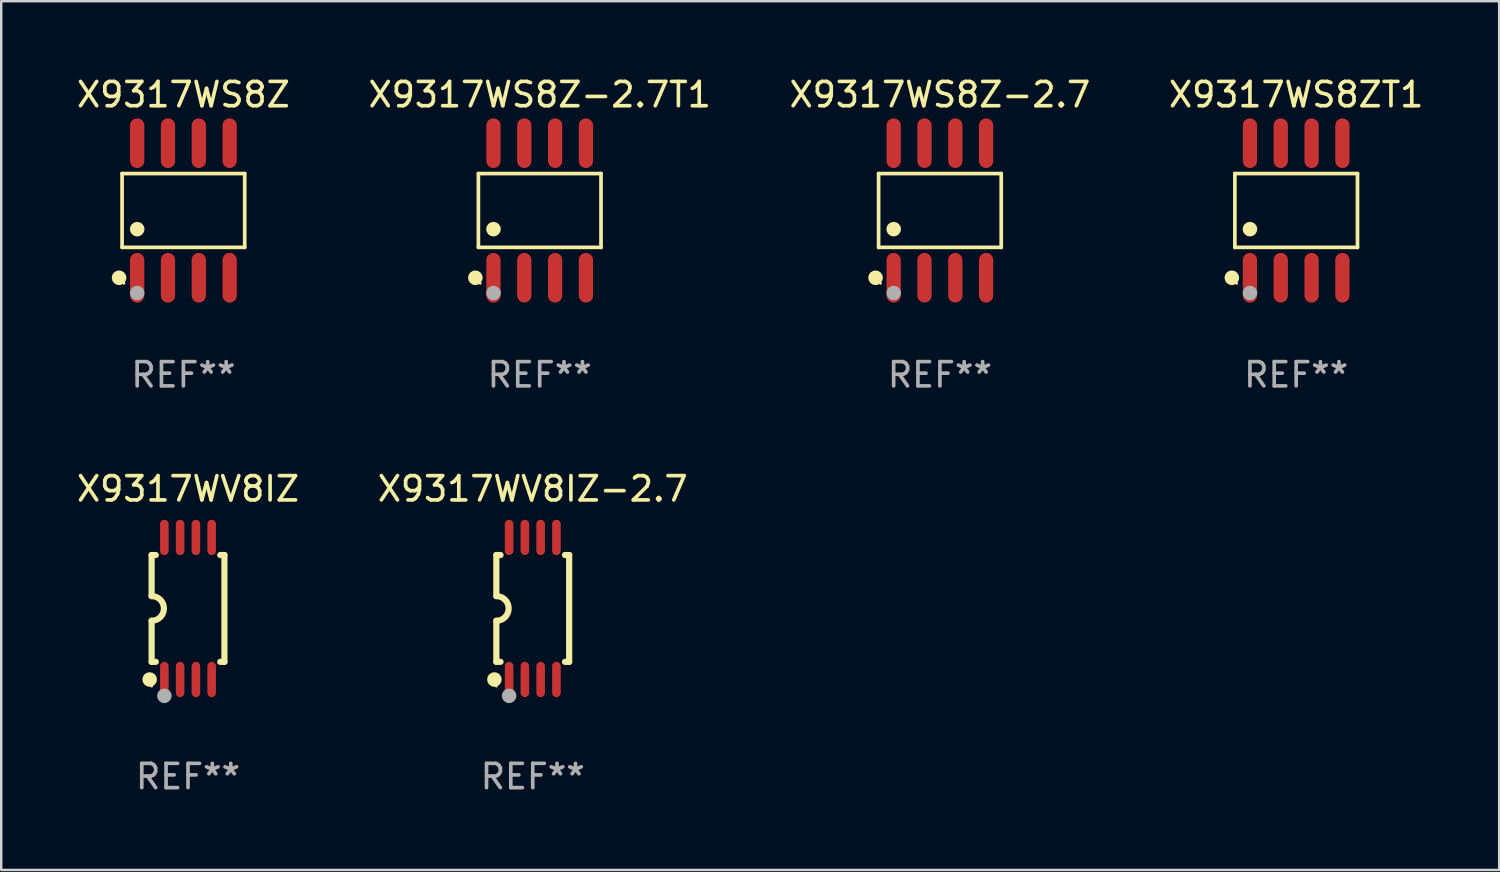
<source format=kicad_pcb>
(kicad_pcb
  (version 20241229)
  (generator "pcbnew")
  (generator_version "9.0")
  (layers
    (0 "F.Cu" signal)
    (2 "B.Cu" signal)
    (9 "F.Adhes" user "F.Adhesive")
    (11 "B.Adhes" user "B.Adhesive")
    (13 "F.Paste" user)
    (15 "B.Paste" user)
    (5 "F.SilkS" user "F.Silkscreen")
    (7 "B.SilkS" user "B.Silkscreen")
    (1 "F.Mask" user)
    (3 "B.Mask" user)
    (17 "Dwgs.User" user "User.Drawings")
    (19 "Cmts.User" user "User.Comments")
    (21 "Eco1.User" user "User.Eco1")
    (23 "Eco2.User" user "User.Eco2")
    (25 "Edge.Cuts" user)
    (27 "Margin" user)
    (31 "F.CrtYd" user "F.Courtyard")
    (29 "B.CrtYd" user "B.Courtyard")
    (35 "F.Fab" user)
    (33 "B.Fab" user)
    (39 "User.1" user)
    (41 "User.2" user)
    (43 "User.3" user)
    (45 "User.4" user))
  (footprint "X9317WS8Z"
    (layer "F.Cu")
    (at 4.506 5.621)
    (property "Reference" "X9317WS8Z" (at 0 -4.772 0) (layer "F.SilkS") (effects (font (size 1 1) (thickness 0.15))))
    (attr through_hole)
    (fp_line (start -2.526 -1.521) (end 2.526 -1.521) (stroke (width 0.152) (type solid)) (layer "F.SilkS"))
    (fp_line (start -2.526 1.521) (end -2.526 -1.521) (stroke (width 0.152) (type solid)) (layer "F.SilkS"))
    (fp_line (start 2.526 -1.521) (end 2.526 1.521) (stroke (width 0.152) (type solid)) (layer "F.SilkS"))
    (fp_line (start 2.526 1.521) (end -2.526 1.521) (stroke (width 0.152) (type solid)) (layer "F.SilkS"))
    (fp_circle (center -2.652 2.772) (end -2.501 2.772) (stroke (width 0.3) (type solid)) (fill no) (layer "F.SilkS"))
    (fp_circle (center -2.45 3) (end -2.42 3) (stroke (width 0.06) (type solid)) (fill no) (layer "F.SilkS"))
    (fp_circle (center -1.905 0.769) (end -1.755 0.769) (stroke (width 0.3) (type solid)) (fill no) (layer "F.SilkS"))
    (fp_circle (center -1.905 3.4) (end -1.755 3.4) (stroke (width 0.3) (type solid)) (fill no) (layer "F.Fab"))
    (fp_text user "REF**" (at 0 6.772 0) (layer "F.Fab") (effects (font (size 1 1) (thickness 0.15))))
    (pad "1" smd oval (at -1.905 2.772) (size 0.588 2.045) (layers "F.Cu" "F.Mask" "F.Paste"))
    (pad "2" smd oval (at -0.635 2.772) (size 0.588 2.045) (layers "F.Cu" "F.Mask" "F.Paste"))
    (pad "3" smd oval (at 0.635 2.772) (size 0.588 2.045) (layers "F.Cu" "F.Mask" "F.Paste"))
    (pad "4" smd oval (at 1.905 2.772) (size 0.588 2.045) (layers "F.Cu" "F.Mask" "F.Paste"))
    (pad "5" smd oval (at 1.905 -2.772) (size 0.588 2.045) (layers "F.Cu" "F.Mask" "F.Paste"))
    (pad "6" smd oval (at 0.635 -2.772) (size 0.588 2.045) (layers "F.Cu" "F.Mask" "F.Paste"))
    (pad "7" smd oval (at -0.635 -2.772) (size 0.588 2.045) (layers "F.Cu" "F.Mask" "F.Paste"))
    (pad "8" smd oval (at -1.905 -2.772) (size 0.588 2.045) (layers "F.Cu" "F.Mask" "F.Paste")))
  (footprint "X9317WV8IZ-2.7"
    (layer "F.Cu")
    (at 18.899 22.017)
    (property "Reference" "X9317WV8IZ-2.7" (at 0 -4.927 0) (layer "F.SilkS") (effects (font (size 1 1) (thickness 0.15))))
    (attr through_hole)
    (fp_line (start -1.5 -2.2) (end -1.5 -0.508) (stroke (width 0.254) (type solid)) (layer "F.SilkS"))
    (fp_line (start -1.5 -2.2) (end -1.328 -2.2) (stroke (width 0.254) (type solid)) (layer "F.SilkS"))
    (fp_line (start -1.5 2.2) (end -1.5 0.508) (stroke (width 0.254) (type solid)) (layer "F.SilkS"))
    (fp_line (start -1.5 2.2) (end -1.328 2.2) (stroke (width 0.254) (type solid)) (layer "F.SilkS"))
    (fp_line (start 1.328 -2.2) (end 1.5 -2.2) (stroke (width 0.254) (type solid)) (layer "F.SilkS"))
    (fp_line (start 1.328 2.2) (end 1.5 2.2) (stroke (width 0.254) (type solid)) (layer "F.SilkS"))
    (fp_line (start 1.5 -2.2) (end 1.5 2.2) (stroke (width 0.254) (type solid)) (layer "F.SilkS"))
    (fp_arc (start -1.501144 -0.508) (mid -0.993143 -0.000571) (end -1.5 0.508001) (stroke (width 0.254001) (type solid)) (layer "F.SilkS"))
    (fp_circle (center -1.581 2.927) (end -1.431 2.927) (stroke (width 0.3) (type solid)) (fill no) (layer "F.SilkS"))
    (fp_circle (center -1.5 3.2) (end -1.47 3.2) (stroke (width 0.06) (type solid)) (fill no) (layer "F.SilkS"))
    (fp_circle (center -0.975 3.6) (end -0.825 3.6) (stroke (width 0.3) (type solid)) (fill no) (layer "F.Fab"))
    (fp_text user "REF**" (at 0 6.927 0) (layer "F.Fab") (effects (font (size 1 1) (thickness 0.15))))
    (pad "1" smd oval (at -0.975 2.927) (size 0.353 1.454) (layers "F.Cu" "F.Mask" "F.Paste"))
    (pad "2" smd oval (at -0.325 2.927) (size 0.353 1.454) (layers "F.Cu" "F.Mask" "F.Paste"))
    (pad "3" smd oval (at 0.325 2.927) (size 0.353 1.454) (layers "F.Cu" "F.Mask" "F.Paste"))
    (pad "4" smd oval (at 0.975 2.927) (size 0.353 1.454) (layers "F.Cu" "F.Mask" "F.Paste"))
    (pad "5" smd oval (at 0.975 -2.927) (size 0.353 1.454) (layers "F.Cu" "F.Mask" "F.Paste"))
    (pad "6" smd oval (at 0.325 -2.927) (size 0.353 1.454) (layers "F.Cu" "F.Mask" "F.Paste"))
    (pad "7" smd oval (at -0.325 -2.927) (size 0.353 1.454) (layers "F.Cu" "F.Mask" "F.Paste"))
    (pad "8" smd oval (at -0.975 -2.927) (size 0.353 1.454) (layers "F.Cu" "F.Mask" "F.Paste")))
  (footprint "X9317WS8Z-2.7"
    (layer "F.Cu")
    (at 35.673 5.621)
    (property "Reference" "X9317WS8Z-2.7" (at 0 -4.772 0) (layer "F.SilkS") (effects (font (size 1 1) (thickness 0.15))))
    (attr through_hole)
    (fp_line (start -2.526 -1.521) (end 2.526 -1.521) (stroke (width 0.152) (type solid)) (layer "F.SilkS"))
    (fp_line (start -2.526 1.521) (end -2.526 -1.521) (stroke (width 0.152) (type solid)) (layer "F.SilkS"))
    (fp_line (start 2.526 -1.521) (end 2.526 1.521) (stroke (width 0.152) (type solid)) (layer "F.SilkS"))
    (fp_line (start 2.526 1.521) (end -2.526 1.521) (stroke (width 0.152) (type solid)) (layer "F.SilkS"))
    (fp_circle (center -2.652 2.772) (end -2.501 2.772) (stroke (width 0.3) (type solid)) (fill no) (layer "F.SilkS"))
    (fp_circle (center -2.45 3) (end -2.42 3) (stroke (width 0.06) (type solid)) (fill no) (layer "F.SilkS"))
    (fp_circle (center -1.905 0.769) (end -1.755 0.769) (stroke (width 0.3) (type solid)) (fill no) (layer "F.SilkS"))
    (fp_circle (center -1.905 3.4) (end -1.755 3.4) (stroke (width 0.3) (type solid)) (fill no) (layer "F.Fab"))
    (fp_text user "REF**" (at 0 6.772 0) (layer "F.Fab") (effects (font (size 1 1) (thickness 0.15))))
    (pad "1" smd oval (at -1.905 2.772) (size 0.588 2.045) (layers "F.Cu" "F.Mask" "F.Paste"))
    (pad "2" smd oval (at -0.635 2.772) (size 0.588 2.045) (layers "F.Cu" "F.Mask" "F.Paste"))
    (pad "3" smd oval (at 0.635 2.772) (size 0.588 2.045) (layers "F.Cu" "F.Mask" "F.Paste"))
    (pad "4" smd oval (at 1.905 2.772) (size 0.588 2.045) (layers "F.Cu" "F.Mask" "F.Paste"))
    (pad "5" smd oval (at 1.905 -2.772) (size 0.588 2.045) (layers "F.Cu" "F.Mask" "F.Paste"))
    (pad "6" smd oval (at 0.635 -2.772) (size 0.588 2.045) (layers "F.Cu" "F.Mask" "F.Paste"))
    (pad "7" smd oval (at -0.635 -2.772) (size 0.588 2.045) (layers "F.Cu" "F.Mask" "F.Paste"))
    (pad "8" smd oval (at -1.905 -2.772) (size 0.588 2.045) (layers "F.Cu" "F.Mask" "F.Paste")))
  (footprint "X9317WS8ZT1"
    (layer "F.Cu")
    (at 50.351 5.621)
    (property "Reference" "X9317WS8ZT1" (at 0 -4.772 0) (layer "F.SilkS") (effects (font (size 1 1) (thickness 0.15))))
    (attr through_hole)
    (fp_line (start -2.526 -1.521) (end 2.526 -1.521) (stroke (width 0.152) (type solid)) (layer "F.SilkS"))
    (fp_line (start -2.526 1.521) (end -2.526 -1.521) (stroke (width 0.152) (type solid)) (layer "F.SilkS"))
    (fp_line (start 2.526 -1.521) (end 2.526 1.521) (stroke (width 0.152) (type solid)) (layer "F.SilkS"))
    (fp_line (start 2.526 1.521) (end -2.526 1.521) (stroke (width 0.152) (type solid)) (layer "F.SilkS"))
    (fp_circle (center -2.652 2.772) (end -2.501 2.772) (stroke (width 0.3) (type solid)) (fill no) (layer "F.SilkS"))
    (fp_circle (center -2.45 3) (end -2.42 3) (stroke (width 0.06) (type solid)) (fill no) (layer "F.SilkS"))
    (fp_circle (center -1.905 0.769) (end -1.755 0.769) (stroke (width 0.3) (type solid)) (fill no) (layer "F.SilkS"))
    (fp_circle (center -1.905 3.4) (end -1.755 3.4) (stroke (width 0.3) (type solid)) (fill no) (layer "F.Fab"))
    (fp_text user "REF**" (at 0 6.772 0) (layer "F.Fab") (effects (font (size 1 1) (thickness 0.15))))
    (pad "1" smd oval (at -1.905 2.772) (size 0.588 2.045) (layers "F.Cu" "F.Mask" "F.Paste"))
    (pad "2" smd oval (at -0.635 2.772) (size 0.588 2.045) (layers "F.Cu" "F.Mask" "F.Paste"))
    (pad "3" smd oval (at 0.635 2.772) (size 0.588 2.045) (layers "F.Cu" "F.Mask" "F.Paste"))
    (pad "4" smd oval (at 1.905 2.772) (size 0.588 2.045) (layers "F.Cu" "F.Mask" "F.Paste"))
    (pad "5" smd oval (at 1.905 -2.772) (size 0.588 2.045) (layers "F.Cu" "F.Mask" "F.Paste"))
    (pad "6" smd oval (at 0.635 -2.772) (size 0.588 2.045) (layers "F.Cu" "F.Mask" "F.Paste"))
    (pad "7" smd oval (at -0.635 -2.772) (size 0.588 2.045) (layers "F.Cu" "F.Mask" "F.Paste"))
    (pad "8" smd oval (at -1.905 -2.772) (size 0.588 2.045) (layers "F.Cu" "F.Mask" "F.Paste")))
  (footprint "X9317WS8Z-2.7T1"
    (layer "F.Cu")
    (at 19.185 5.621)
    (property "Reference" "X9317WS8Z-2.7T1" (at 0 -4.772 0) (layer "F.SilkS") (effects (font (size 1 1) (thickness 0.15))))
    (attr through_hole)
    (fp_line (start -2.526 -1.521) (end 2.526 -1.521) (stroke (width 0.152) (type solid)) (layer "F.SilkS"))
    (fp_line (start -2.526 1.521) (end -2.526 -1.521) (stroke (width 0.152) (type solid)) (layer "F.SilkS"))
    (fp_line (start 2.526 -1.521) (end 2.526 1.521) (stroke (width 0.152) (type solid)) (layer "F.SilkS"))
    (fp_line (start 2.526 1.521) (end -2.526 1.521) (stroke (width 0.152) (type solid)) (layer "F.SilkS"))
    (fp_circle (center -2.652 2.772) (end -2.501 2.772) (stroke (width 0.3) (type solid)) (fill no) (layer "F.SilkS"))
    (fp_circle (center -2.45 3) (end -2.42 3) (stroke (width 0.06) (type solid)) (fill no) (layer "F.SilkS"))
    (fp_circle (center -1.905 0.769) (end -1.755 0.769) (stroke (width 0.3) (type solid)) (fill no) (layer "F.SilkS"))
    (fp_circle (center -1.905 3.4) (end -1.755 3.4) (stroke (width 0.3) (type solid)) (fill no) (layer "F.Fab"))
    (fp_text user "REF**" (at 0 6.772 0) (layer "F.Fab") (effects (font (size 1 1) (thickness 0.15))))
    (pad "1" smd oval (at -1.905 2.772) (size 0.588 2.045) (layers "F.Cu" "F.Mask" "F.Paste"))
    (pad "2" smd oval (at -0.635 2.772) (size 0.588 2.045) (layers "F.Cu" "F.Mask" "F.Paste"))
    (pad "3" smd oval (at 0.635 2.772) (size 0.588 2.045) (layers "F.Cu" "F.Mask" "F.Paste"))
    (pad "4" smd oval (at 1.905 2.772) (size 0.588 2.045) (layers "F.Cu" "F.Mask" "F.Paste"))
    (pad "5" smd oval (at 1.905 -2.772) (size 0.588 2.045) (layers "F.Cu" "F.Mask" "F.Paste"))
    (pad "6" smd oval (at 0.635 -2.772) (size 0.588 2.045) (layers "F.Cu" "F.Mask" "F.Paste"))
    (pad "7" smd oval (at -0.635 -2.772) (size 0.588 2.045) (layers "F.Cu" "F.Mask" "F.Paste"))
    (pad "8" smd oval (at -1.905 -2.772) (size 0.588 2.045) (layers "F.Cu" "F.Mask" "F.Paste")))
  (footprint "X9317WV8IZ"
    (layer "F.Cu")
    (at 4.696 22.017)
    (property "Reference" "X9317WV8IZ" (at 0 -4.927 0) (layer "F.SilkS") (effects (font (size 1 1) (thickness 0.15))))
    (attr through_hole)
    (fp_line (start -1.5 -2.2) (end -1.5 -0.508) (stroke (width 0.254) (type solid)) (layer "F.SilkS"))
    (fp_line (start -1.5 -2.2) (end -1.328 -2.2) (stroke (width 0.254) (type solid)) (layer "F.SilkS"))
    (fp_line (start -1.5 2.2) (end -1.5 0.508) (stroke (width 0.254) (type solid)) (layer "F.SilkS"))
    (fp_line (start -1.5 2.2) (end -1.328 2.2) (stroke (width 0.254) (type solid)) (layer "F.SilkS"))
    (fp_line (start 1.328 -2.2) (end 1.5 -2.2) (stroke (width 0.254) (type solid)) (layer "F.SilkS"))
    (fp_line (start 1.328 2.2) (end 1.5 2.2) (stroke (width 0.254) (type solid)) (layer "F.SilkS"))
    (fp_line (start 1.5 -2.2) (end 1.5 2.2) (stroke (width 0.254) (type solid)) (layer "F.SilkS"))
    (fp_arc (start -1.501144 -0.508) (mid -0.993143 -0.000571) (end -1.5 0.508001) (stroke (width 0.254001) (type solid)) (layer "F.SilkS"))
    (fp_circle (center -1.581 2.927) (end -1.431 2.927) (stroke (width 0.3) (type solid)) (fill no) (layer "F.SilkS"))
    (fp_circle (center -1.5 3.2) (end -1.47 3.2) (stroke (width 0.06) (type solid)) (fill no) (layer "F.SilkS"))
    (fp_circle (center -0.975 3.6) (end -0.825 3.6) (stroke (width 0.3) (type solid)) (fill no) (layer "F.Fab"))
    (fp_text user "REF**" (at 0 6.927 0) (layer "F.Fab") (effects (font (size 1 1) (thickness 0.15))))
    (pad "1" smd oval (at -0.975 2.927) (size 0.353 1.454) (layers "F.Cu" "F.Mask" "F.Paste"))
    (pad "2" smd oval (at -0.325 2.927) (size 0.353 1.454) (layers "F.Cu" "F.Mask" "F.Paste"))
    (pad "3" smd oval (at 0.325 2.927) (size 0.353 1.454) (layers "F.Cu" "F.Mask" "F.Paste"))
    (pad "4" smd oval (at 0.975 2.927) (size 0.353 1.454) (layers "F.Cu" "F.Mask" "F.Paste"))
    (pad "5" smd oval (at 0.975 -2.927) (size 0.353 1.454) (layers "F.Cu" "F.Mask" "F.Paste"))
    (pad "6" smd oval (at 0.325 -2.927) (size 0.353 1.454) (layers "F.Cu" "F.Mask" "F.Paste"))
    (pad "7" smd oval (at -0.325 -2.927) (size 0.353 1.454) (layers "F.Cu" "F.Mask" "F.Paste"))
    (pad "8" smd oval (at -0.975 -2.927) (size 0.353 1.454) (layers "F.Cu" "F.Mask" "F.Paste")))
  (gr_rect
    (start -3 -3)
    (end 58.714 32.792)
    (stroke (width 0.1) (type default))
    (fill no)
    (layer "Edge.Cuts")))
</source>
